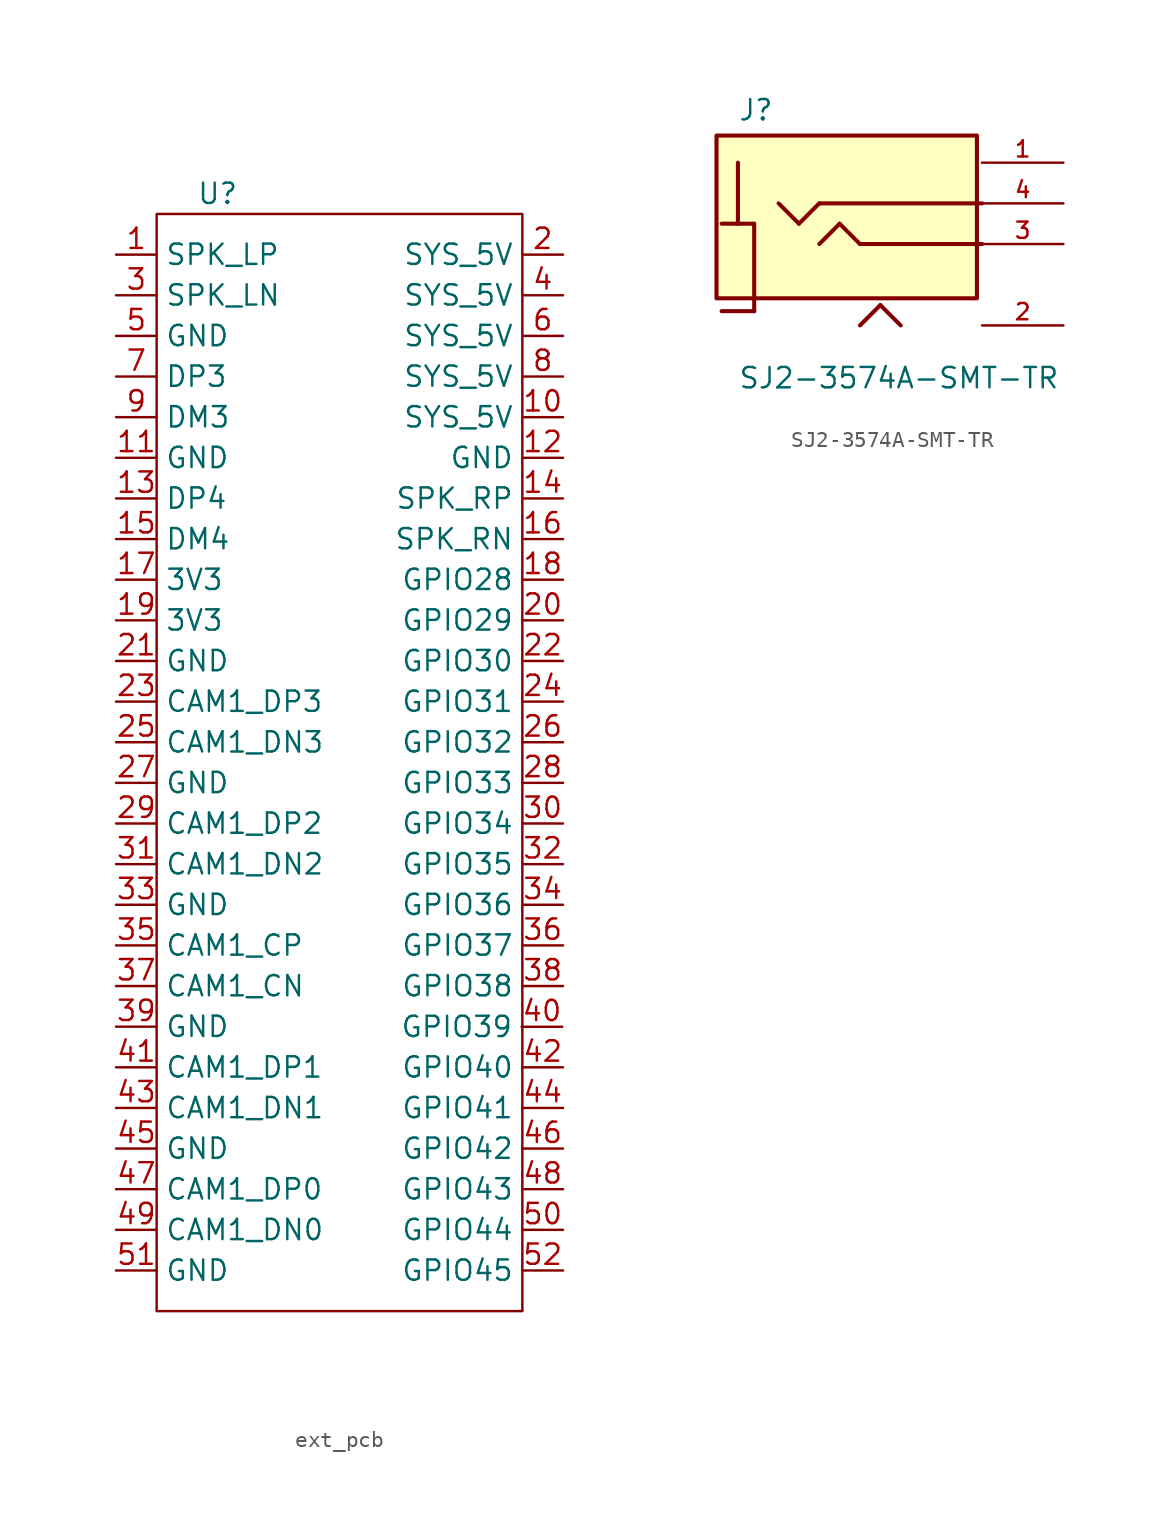
<source format=kicad_sym>
(kicad_symbol_lib
  (version 20230620)
  (generator kicad_symbol_editor)
  (symbol "ext_pcb"
    (property "Reference" "U"
      (at -7.62 34.29 0)
      (effects (font (size 1.27 1.27))))
    (property "Value" ""
      (at -7.62 34.29 0)
      (effects (font (size 1.27 1.27))))
    (symbol "ext_pcb_0_1"
      (rectangle (start -11.43 33.02) (end 11.43 -35.56) (stroke (width 0) (type default)) (fill (type none))))
    (symbol "ext_pcb_1_1"
      (pin output line (at -13.97 30.48 0) (length 2.54) (name "SPK_LP" (effects (font (size 1.27 1.27)))) (number "1" (effects (font (size 1.27 1.27)))))
      (pin power_in line (at 13.97 20.32 180) (length 2.54) (name "SYS_5V" (effects (font (size 1.27 1.27)))) (number "10" (effects (font (size 1.27 1.27)))))
      (pin output line (at -13.97 17.78 0) (length 2.54) (name "GND" (effects (font (size 1.27 1.27)))) (number "11" (effects (font (size 1.27 1.27)))))
      (pin output line (at 13.97 17.78 180) (length 2.54) (name "GND" (effects (font (size 1.27 1.27)))) (number "12" (effects (font (size 1.27 1.27)))))
      (pin bidirectional line (at -13.97 15.24 0) (length 2.54) (name "DP4" (effects (font (size 1.27 1.27)))) (number "13" (effects (font (size 1.27 1.27)))))
      (pin output line (at 13.97 15.24 180) (length 2.54) (name "SPK_RP" (effects (font (size 1.27 1.27)))) (number "14" (effects (font (size 1.27 1.27)))))
      (pin bidirectional line (at -13.97 12.7 0) (length 2.54) (name "DM4" (effects (font (size 1.27 1.27)))) (number "15" (effects (font (size 1.27 1.27)))))
      (pin output line (at 13.97 12.7 180) (length 2.54) (name "SPK_RN" (effects (font (size 1.27 1.27)))) (number "16" (effects (font (size 1.27 1.27)))))
      (pin power_in line (at -13.97 10.16 0) (length 2.54) (name "3V3" (effects (font (size 1.27 1.27)))) (number "17" (effects (font (size 1.27 1.27)))))
      (pin bidirectional line (at 13.97 10.16 180) (length 2.54) (name "GPIO28" (effects (font (size 1.27 1.27)))) (number "18" (effects (font (size 1.27 1.27)))))
      (pin power_in line (at -13.97 7.62 0) (length 2.54) (name "3V3" (effects (font (size 1.27 1.27)))) (number "19" (effects (font (size 1.27 1.27)))))
      (pin power_in line (at 13.97 30.48 180) (length 2.54) (name "SYS_5V" (effects (font (size 1.27 1.27)))) (number "2" (effects (font (size 1.27 1.27)))))
      (pin bidirectional line (at 13.97 7.62 180) (length 2.54) (name "GPIO29" (effects (font (size 1.27 1.27)))) (number "20" (effects (font (size 1.27 1.27)))))
      (pin output line (at -13.97 5.08 0) (length 2.54) (name "GND" (effects (font (size 1.27 1.27)))) (number "21" (effects (font (size 1.27 1.27)))))
      (pin bidirectional line (at 13.97 5.08 180) (length 2.54) (name "GPIO30" (effects (font (size 1.27 1.27)))) (number "22" (effects (font (size 1.27 1.27)))))
      (pin power_in line (at -13.97 2.54 0) (length 2.54) (name "CAM1_DP3" (effects (font (size 1.27 1.27)))) (number "23" (effects (font (size 1.27 1.27)))))
      (pin bidirectional line (at 13.97 2.54 180) (length 2.54) (name "GPIO31" (effects (font (size 1.27 1.27)))) (number "24" (effects (font (size 1.27 1.27)))))
      (pin power_in line (at -13.97 0 0) (length 2.54) (name "CAM1_DN3" (effects (font (size 1.27 1.27)))) (number "25" (effects (font (size 1.27 1.27)))))
      (pin bidirectional line (at 13.97 0 180) (length 2.54) (name "GPIO32" (effects (font (size 1.27 1.27)))) (number "26" (effects (font (size 1.27 1.27)))))
      (pin output line (at -13.97 -2.54 0) (length 2.54) (name "GND" (effects (font (size 1.27 1.27)))) (number "27" (effects (font (size 1.27 1.27)))))
      (pin bidirectional line (at 13.97 -2.54 180) (length 2.54) (name "GPIO33" (effects (font (size 1.27 1.27)))) (number "28" (effects (font (size 1.27 1.27)))))
      (pin bidirectional line (at -13.97 -5.08 0) (length 2.54) (name "CAM1_DP2" (effects (font (size 1.27 1.27)))) (number "29" (effects (font (size 1.27 1.27)))))
      (pin output line (at -13.97 27.94 0) (length 2.54) (name "SPK_LN" (effects (font (size 1.27 1.27)))) (number "3" (effects (font (size 1.27 1.27)))))
      (pin bidirectional line (at 13.97 -5.08 180) (length 2.54) (name "GPIO34" (effects (font (size 1.27 1.27)))) (number "30" (effects (font (size 1.27 1.27)))))
      (pin bidirectional line (at -13.97 -7.62 0) (length 2.54) (name "CAM1_DN2" (effects (font (size 1.27 1.27)))) (number "31" (effects (font (size 1.27 1.27)))))
      (pin bidirectional line (at 13.97 -7.62 180) (length 2.54) (name "GPIO35" (effects (font (size 1.27 1.27)))) (number "32" (effects (font (size 1.27 1.27)))))
      (pin output line (at -13.97 -10.16 0) (length 2.54) (name "GND" (effects (font (size 1.27 1.27)))) (number "33" (effects (font (size 1.27 1.27)))))
      (pin bidirectional line (at 13.97 -10.16 180) (length 2.54) (name "GPIO36" (effects (font (size 1.27 1.27)))) (number "34" (effects (font (size 1.27 1.27)))))
      (pin bidirectional line (at -13.97 -12.7 0) (length 2.54) (name "CAM1_CP" (effects (font (size 1.27 1.27)))) (number "35" (effects (font (size 1.27 1.27)))))
      (pin bidirectional line (at 13.97 -12.7 180) (length 2.54) (name "GPIO37" (effects (font (size 1.27 1.27)))) (number "36" (effects (font (size 1.27 1.27)))))
      (pin bidirectional line (at -13.97 -15.24 0) (length 2.54) (name "CAM1_CN" (effects (font (size 1.27 1.27)))) (number "37" (effects (font (size 1.27 1.27)))))
      (pin bidirectional line (at 13.97 -15.24 180) (length 2.54) (name "GPIO38" (effects (font (size 1.27 1.27)))) (number "38" (effects (font (size 1.27 1.27)))))
      (pin output line (at -13.97 -17.78 0) (length 2.54) (name "GND" (effects (font (size 1.27 1.27)))) (number "39" (effects (font (size 1.27 1.27)))))
      (pin power_in line (at 13.97 27.94 180) (length 2.54) (name "SYS_5V" (effects (font (size 1.27 1.27)))) (number "4" (effects (font (size 1.27 1.27)))))
      (pin bidirectional line (at 13.924 -17.786 180) (length 2.54) (name "GPIO39" (effects (font (size 1.27 1.27)))) (number "40" (effects (font (size 1.27 1.27)))))
      (pin bidirectional line (at -13.97 -20.32 0) (length 2.54) (name "CAM1_DP1" (effects (font (size 1.27 1.27)))) (number "41" (effects (font (size 1.27 1.27)))))
      (pin bidirectional line (at 13.97 -20.32 180) (length 2.54) (name "GPIO40" (effects (font (size 1.27 1.27)))) (number "42" (effects (font (size 1.27 1.27)))))
      (pin bidirectional line (at -13.97 -22.86 0) (length 2.54) (name "CAM1_DN1" (effects (font (size 1.27 1.27)))) (number "43" (effects (font (size 1.27 1.27)))))
      (pin bidirectional line (at 13.97 -22.86 180) (length 2.54) (name "GPIO41" (effects (font (size 1.27 1.27)))) (number "44" (effects (font (size 1.27 1.27)))))
      (pin output line (at -13.97 -25.4 0) (length 2.54) (name "GND" (effects (font (size 1.27 1.27)))) (number "45" (effects (font (size 1.27 1.27)))))
      (pin bidirectional line (at 13.97 -25.4 180) (length 2.54) (name "GPIO42" (effects (font (size 1.27 1.27)))) (number "46" (effects (font (size 1.27 1.27)))))
      (pin bidirectional line (at -13.97 -27.94 0) (length 2.54) (name "CAM1_DP0" (effects (font (size 1.27 1.27)))) (number "47" (effects (font (size 1.27 1.27)))))
      (pin bidirectional line (at 13.97 -27.94 180) (length 2.54) (name "GPIO43" (effects (font (size 1.27 1.27)))) (number "48" (effects (font (size 1.27 1.27)))))
      (pin bidirectional line (at -13.97 -30.48 0) (length 2.54) (name "CAM1_DN0" (effects (font (size 1.27 1.27)))) (number "49" (effects (font (size 1.27 1.27)))))
      (pin output line (at -13.97 25.4 0) (length 2.54) (name "GND" (effects (font (size 1.27 1.27)))) (number "5" (effects (font (size 1.27 1.27)))))
      (pin bidirectional line (at 13.97 -30.48 180) (length 2.54) (name "GPIO44" (effects (font (size 1.27 1.27)))) (number "50" (effects (font (size 1.27 1.27)))))
      (pin output line (at -13.97 -33.02 0) (length 2.54) (name "GND" (effects (font (size 1.27 1.27)))) (number "51" (effects (font (size 1.27 1.27)))))
      (pin bidirectional line (at 13.97 -33.02 180) (length 2.54) (name "GPIO45" (effects (font (size 1.27 1.27)))) (number "52" (effects (font (size 1.27 1.27)))))
      (pin power_in line (at 13.97 25.4 180) (length 2.54) (name "SYS_5V" (effects (font (size 1.27 1.27)))) (number "6" (effects (font (size 1.27 1.27)))))
      (pin bidirectional line (at -13.97 22.86 0) (length 2.54) (name "DP3" (effects (font (size 1.27 1.27)))) (number "7" (effects (font (size 1.27 1.27)))))
      (pin power_in line (at 13.97 22.86 180) (length 2.54) (name "SYS_5V" (effects (font (size 1.27 1.27)))) (number "8" (effects (font (size 1.27 1.27)))))
      (pin bidirectional line (at -13.97 20.32 0) (length 2.54) (name "DM3" (effects (font (size 1.27 1.27)))) (number "9" (effects (font (size 1.27 1.27)))))))
  (symbol "SJ2-3574A-SMT-TR"
    (pin_names
      (offset 1.016))
    (property "Reference" "J"
      (at -7.62 7.62 0)
      (effects (font (size 1.27 1.27)) (justify left bottom)))
    (property "Value" "SJ2-3574A-SMT-TR"
      (at -7.62 -7.62 0)
      (effects (font (size 1.27 1.27)) (justify left top)))
    (symbol "SJ2-3574A-SMT-TR_0_0"
      (rectangle (start -8.956 -3.387) (end 7.3 6.773) (stroke (width 0.254) (type default)) (fill (type background)))
      (polyline (pts (xy -8.636 1.27) (xy -7.62 1.27)) (stroke (width 0.254) (type default)) (fill (type none)))
      (polyline (pts (xy -7.62 1.27) (xy -6.604 1.27)) (stroke (width 0.254) (type default)) (fill (type none)))
      (polyline (pts (xy -7.62 5.08) (xy -7.62 1.27)) (stroke (width 0.254) (type default)) (fill (type none)))
      (polyline (pts (xy -6.604 -4.191) (xy -8.636 -4.191)) (stroke (width 0.254) (type default)) (fill (type none)))
      (polyline (pts (xy -6.604 1.27) (xy -6.604 -4.191)) (stroke (width 0.254) (type default)) (fill (type none)))
      (polyline (pts (xy -5.08 2.54) (xy -3.81 1.27)) (stroke (width 0.254) (type default)) (fill (type none)))
      (polyline (pts (xy -3.81 1.27) (xy -2.54 2.54)) (stroke (width 0.254) (type default)) (fill (type none)))
      (polyline (pts (xy -2.54 0) (xy -1.27 1.27)) (stroke (width 0.254) (type default)) (fill (type none)))
      (polyline (pts (xy -2.54 2.54) (xy 7.62 2.54)) (stroke (width 0.254) (type default)) (fill (type none)))
      (polyline (pts (xy -1.27 1.27) (xy 0 0)) (stroke (width 0.254) (type default)) (fill (type none)))
      (polyline (pts (xy 0 -5.08) (xy 1.27 -3.81)) (stroke (width 0.254) (type default)) (fill (type none)))
      (polyline (pts (xy 0 0) (xy 7.62 0)) (stroke (width 0.254) (type default)) (fill (type none)))
      (polyline (pts (xy 1.27 -3.81) (xy 2.54 -5.08)) (stroke (width 0.254) (type default)) (fill (type none)))
      (pin passive line (at 12.7 5.08 180) (length 5.08) (name "~" (effects (font (size 1.016 1.016)))) (number "1" (effects (font (size 1.016 1.016)))))
      (pin passive line (at 12.7 -5.08 180) (length 5.08) (name "~" (effects (font (size 1.016 1.016)))) (number "2" (effects (font (size 1.016 1.016)))))
      (pin passive line (at 12.7 0 180) (length 5.08) (name "~" (effects (font (size 1.016 1.016)))) (number "3" (effects (font (size 1.016 1.016)))))
      (pin passive line (at 12.7 2.54 180) (length 5.08) (name "~" (effects (font (size 1.016 1.016)))) (number "4" (effects (font (size 1.016 1.016))))))))
</source>
